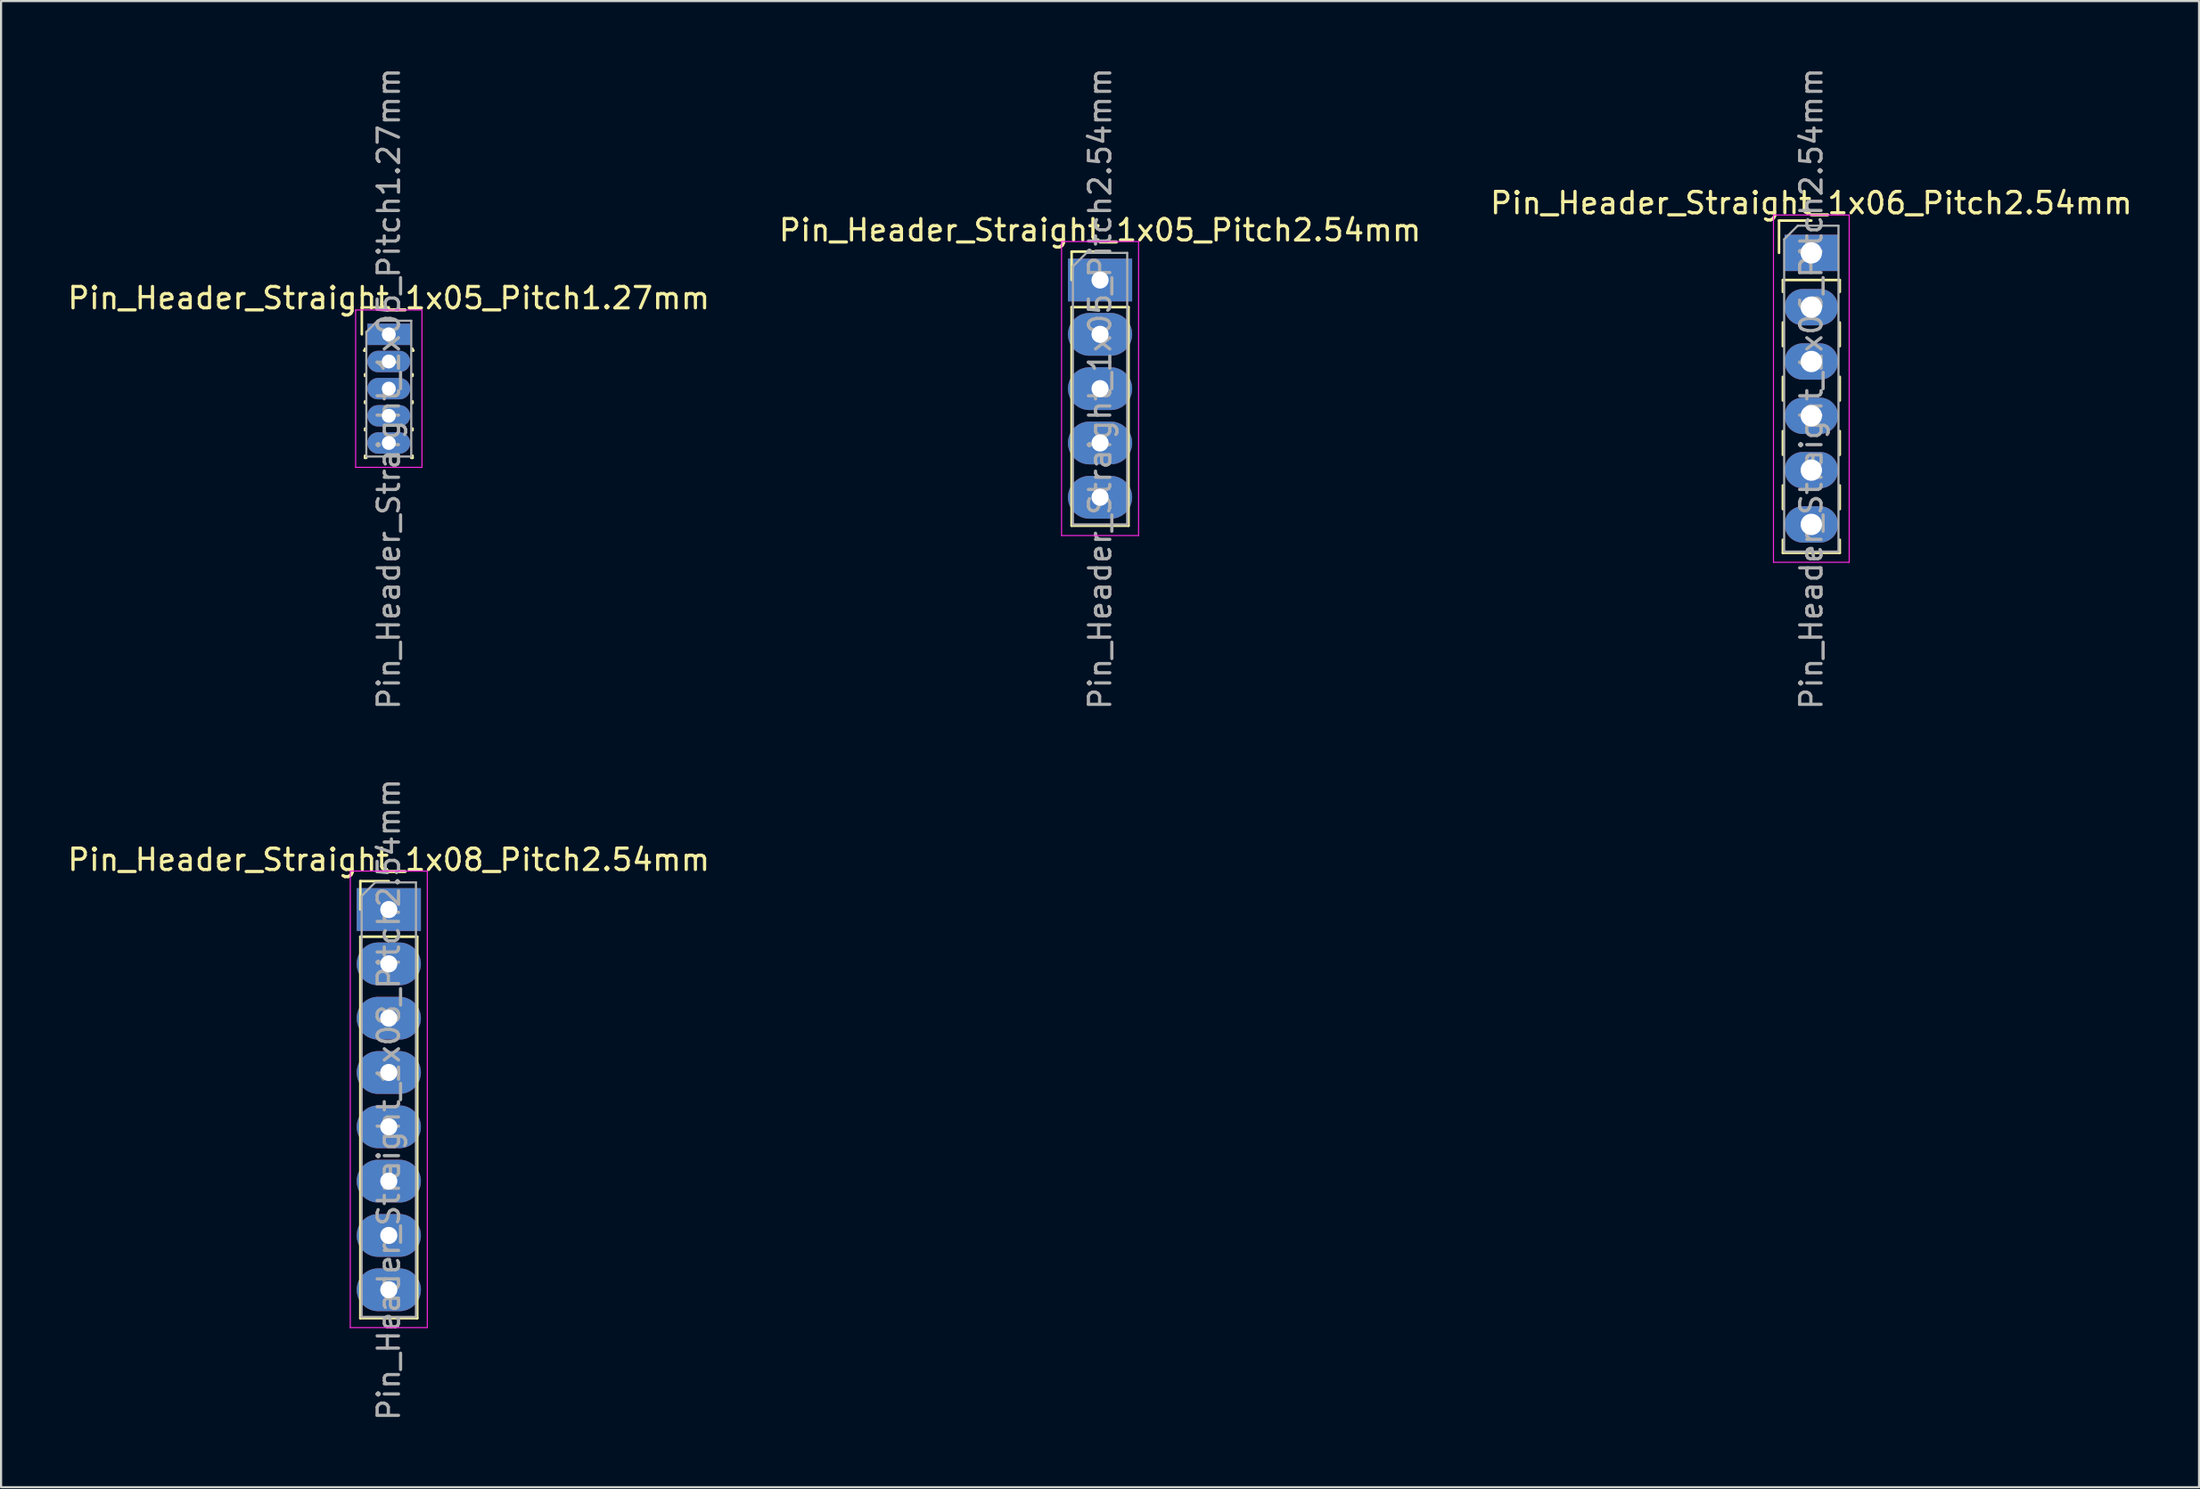
<source format=kicad_pcb>
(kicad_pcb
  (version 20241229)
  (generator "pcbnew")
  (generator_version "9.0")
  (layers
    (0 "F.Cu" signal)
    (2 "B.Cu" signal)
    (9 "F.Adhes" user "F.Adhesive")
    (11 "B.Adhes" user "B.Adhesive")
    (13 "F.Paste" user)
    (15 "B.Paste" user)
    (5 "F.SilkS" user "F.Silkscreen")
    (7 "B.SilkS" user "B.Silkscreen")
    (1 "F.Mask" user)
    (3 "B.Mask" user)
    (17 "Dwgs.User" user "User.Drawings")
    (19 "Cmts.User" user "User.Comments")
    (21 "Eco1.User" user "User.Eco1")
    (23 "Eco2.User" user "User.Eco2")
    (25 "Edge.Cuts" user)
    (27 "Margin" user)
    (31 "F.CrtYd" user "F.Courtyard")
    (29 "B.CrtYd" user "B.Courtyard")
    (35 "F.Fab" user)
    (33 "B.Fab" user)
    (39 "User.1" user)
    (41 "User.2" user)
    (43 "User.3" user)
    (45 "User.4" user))
  (footprint "Pin_Header_Straight_1x08_Pitch2.54mm"
    (layer "F.Cu")
    (at 15.125 39.485)
    (property "Reference" "Pin_Header_Straight_1x08_Pitch2.54mm" (at 0 -2.33 0) (layer "F.SilkS") (effects (font (size 1 1) (thickness 0.15))))
    (attr through_hole)
    (fp_line (start -1.33 -1.33) (end 0 -1.33) (stroke (width 0.12) (type solid)) (layer "F.SilkS"))
    (fp_line (start -1.33 0) (end -1.33 -1.33) (stroke (width 0.12) (type solid)) (layer "F.SilkS"))
    (fp_line (start -1.33 1.27) (end -1.33 19.11) (stroke (width 0.12) (type solid)) (layer "F.SilkS"))
    (fp_line (start -1.33 1.27) (end 1.33 1.27) (stroke (width 0.12) (type solid)) (layer "F.SilkS"))
    (fp_line (start -1.33 19.11) (end 1.33 19.11) (stroke (width 0.12) (type solid)) (layer "F.SilkS"))
    (fp_line (start 1.33 1.27) (end 1.33 19.11) (stroke (width 0.12) (type solid)) (layer "F.SilkS"))
    (fp_line (start -1.8 -1.8) (end -1.8 19.55) (stroke (width 0.05) (type solid)) (layer "F.CrtYd"))
    (fp_line (start -1.8 19.55) (end 1.8 19.55) (stroke (width 0.05) (type solid)) (layer "F.CrtYd"))
    (fp_line (start 1.8 -1.8) (end -1.8 -1.8) (stroke (width 0.05) (type solid)) (layer "F.CrtYd"))
    (fp_line (start 1.8 19.55) (end 1.8 -1.8) (stroke (width 0.05) (type solid)) (layer "F.CrtYd"))
    (fp_line (start -1.27 -0.635) (end -0.635 -1.27) (stroke (width 0.1) (type solid)) (layer "F.Fab"))
    (fp_line (start -1.27 19.05) (end -1.27 -0.635) (stroke (width 0.1) (type solid)) (layer "F.Fab"))
    (fp_line (start -0.635 -1.27) (end 1.27 -1.27) (stroke (width 0.1) (type solid)) (layer "F.Fab"))
    (fp_line (start 1.27 -1.27) (end 1.27 19.05) (stroke (width 0.1) (type solid)) (layer "F.Fab"))
    (fp_line (start 1.27 19.05) (end -1.27 19.05) (stroke (width 0.1) (type solid)) (layer "F.Fab"))
    (fp_text user "${REFERENCE}" (at 0 8.89 90) (layer "F.Fab") (effects (font (size 1 1) (thickness 0.15))))
    (pad "1" thru_hole rect (at 0 0) (size 3 2) (drill 0.8) (layers "*.Cu" "*.Mask"))
    (pad "2" thru_hole oval (at 0 2.54) (size 3 2) (drill 0.8) (layers "*.Cu" "*.Mask"))
    (pad "3" thru_hole oval (at 0 5.08) (size 3 2) (drill 0.8) (layers "*.Cu" "*.Mask"))
    (pad "4" thru_hole oval (at 0 7.62) (size 3 2) (drill 0.8) (layers "*.Cu" "*.Mask"))
    (pad "5" thru_hole oval (at 0 10.16) (size 3 2) (drill 0.8) (layers "*.Cu" "*.Mask"))
    (pad "6" thru_hole oval (at 0 12.7) (size 3 2) (drill 0.8) (layers "*.Cu" "*.Mask"))
    (pad "7" thru_hole oval (at 0 15.24) (size 3 2) (drill 0.8) (layers "*.Cu" "*.Mask"))
    (pad "8" thru_hole oval (at 0 17.78) (size 3 2) (drill 0.8) (layers "*.Cu" "*.Mask")))
  (footprint "Pin_Header_Straight_1x05_Pitch1.27mm"
    (layer "F.Cu")
    (at 15.125 12.585)
    (property "Reference" "Pin_Header_Straight_1x05_Pitch1.27mm" (at 0 -1.695 0) (layer "F.SilkS") (effects (font (size 1 1) (thickness 0.15))))
    (attr through_hole)
    (fp_line (start -1.26 -1.26) (end 0 -1.26) (stroke (width 0.12) (type solid)) (layer "F.SilkS"))
    (fp_line (start -1.26 0) (end -1.26 -1.26) (stroke (width 0.12) (type solid)) (layer "F.SilkS"))
    (fp_line (start -1.11 0.76) (end -1.152 0.76) (stroke (width 0.12) (type solid)) (layer "F.SilkS"))
    (fp_line (start -1.11 0.76) (end -1.11 0.674) (stroke (width 0.12) (type solid)) (layer "F.SilkS"))
    (fp_line (start -1.11 1.866) (end -1.11 1.944) (stroke (width 0.12) (type solid)) (layer "F.SilkS"))
    (fp_line (start -1.11 3.136) (end -1.11 3.214) (stroke (width 0.12) (type solid)) (layer "F.SilkS"))
    (fp_line (start -1.11 4.406) (end -1.11 4.484) (stroke (width 0.12) (type solid)) (layer "F.SilkS"))
    (fp_line (start -1.11 5.676) (end -1.11 5.775) (stroke (width 0.12) (type solid)) (layer "F.SilkS"))
    (fp_line (start -1.11 5.775) (end -1.051 5.775) (stroke (width 0.12) (type solid)) (layer "F.SilkS"))
    (fp_line (start 1.051 5.775) (end 1.11 5.775) (stroke (width 0.12) (type solid)) (layer "F.SilkS"))
    (fp_line (start 1.11 0.76) (end 1.11 0.674) (stroke (width 0.12) (type solid)) (layer "F.SilkS"))
    (fp_line (start 1.11 1.866) (end 1.11 1.944) (stroke (width 0.12) (type solid)) (layer "F.SilkS"))
    (fp_line (start 1.11 3.136) (end 1.11 3.214) (stroke (width 0.12) (type solid)) (layer "F.SilkS"))
    (fp_line (start 1.11 4.406) (end 1.11 4.484) (stroke (width 0.12) (type solid)) (layer "F.SilkS"))
    (fp_line (start 1.11 5.676) (end 1.11 5.775) (stroke (width 0.12) (type solid)) (layer "F.SilkS"))
    (fp_line (start 1.152 0.76) (end 1.11 0.76) (stroke (width 0.12) (type solid)) (layer "F.SilkS"))
    (fp_line (start -1.55 -1.14) (end -1.55 6.22) (stroke (width 0.05) (type solid)) (layer "F.CrtYd"))
    (fp_line (start -1.55 6.22) (end 1.55 6.22) (stroke (width 0.05) (type solid)) (layer "F.CrtYd"))
    (fp_line (start 1.55 -1.14) (end -1.55 -1.14) (stroke (width 0.05) (type solid)) (layer "F.CrtYd"))
    (fp_line (start 1.55 6.22) (end 1.55 -1.14) (stroke (width 0.05) (type solid)) (layer "F.CrtYd"))
    (fp_line (start -1.05 -0.11) (end -0.525 -0.635) (stroke (width 0.1) (type solid)) (layer "F.Fab"))
    (fp_line (start -1.05 5.715) (end -1.05 -0.11) (stroke (width 0.1) (type solid)) (layer "F.Fab"))
    (fp_line (start -0.525 -0.635) (end 1.05 -0.635) (stroke (width 0.1) (type solid)) (layer "F.Fab"))
    (fp_line (start 1.05 -0.635) (end 1.05 5.715) (stroke (width 0.1) (type solid)) (layer "F.Fab"))
    (fp_line (start 1.05 5.715) (end -1.05 5.715) (stroke (width 0.1) (type solid)) (layer "F.Fab"))
    (fp_text user "${REFERENCE}" (at 0 2.54 90) (layer "F.Fab") (effects (font (size 1 1) (thickness 0.15))))
    (pad "1" thru_hole rect (at 0 0) (size 2 1) (drill 0.65) (layers "*.Cu" "*.Mask"))
    (pad "2" thru_hole oval (at 0 1.27) (size 2 1) (drill 0.65) (layers "*.Cu" "*.Mask"))
    (pad "3" thru_hole oval (at 0 2.54) (size 2 1) (drill 0.65) (layers "*.Cu" "*.Mask"))
    (pad "4" thru_hole oval (at 0 3.81) (size 2 1) (drill 0.65) (layers "*.Cu" "*.Mask"))
    (pad "5" thru_hole oval (at 0 5.08) (size 2 1) (drill 0.65) (layers "*.Cu" "*.Mask")))
  (footprint "Pin_Header_Straight_1x05_Pitch2.54mm"
    (layer "F.Cu")
    (at 48.375 10.045)
    (property "Reference" "Pin_Header_Straight_1x05_Pitch2.54mm" (at 0 -2.33 0) (layer "F.SilkS") (effects (font (size 1 1) (thickness 0.15))))
    (attr through_hole)
    (fp_line (start -1.33 -1.33) (end 0 -1.33) (stroke (width 0.12) (type solid)) (layer "F.SilkS"))
    (fp_line (start -1.33 0) (end -1.33 -1.33) (stroke (width 0.12) (type solid)) (layer "F.SilkS"))
    (fp_line (start -1.33 1.27) (end -1.33 11.49) (stroke (width 0.12) (type solid)) (layer "F.SilkS"))
    (fp_line (start -1.33 1.27) (end 1.33 1.27) (stroke (width 0.12) (type solid)) (layer "F.SilkS"))
    (fp_line (start -1.33 11.49) (end 1.33 11.49) (stroke (width 0.12) (type solid)) (layer "F.SilkS"))
    (fp_line (start 1.33 1.27) (end 1.33 11.49) (stroke (width 0.12) (type solid)) (layer "F.SilkS"))
    (fp_line (start -1.8 -1.8) (end -1.8 11.95) (stroke (width 0.05) (type solid)) (layer "F.CrtYd"))
    (fp_line (start -1.8 11.95) (end 1.8 11.95) (stroke (width 0.05) (type solid)) (layer "F.CrtYd"))
    (fp_line (start 1.8 -1.8) (end -1.8 -1.8) (stroke (width 0.05) (type solid)) (layer "F.CrtYd"))
    (fp_line (start 1.8 11.95) (end 1.8 -1.8) (stroke (width 0.05) (type solid)) (layer "F.CrtYd"))
    (fp_line (start -1.27 -0.635) (end -0.635 -1.27) (stroke (width 0.1) (type solid)) (layer "F.Fab"))
    (fp_line (start -1.27 11.43) (end -1.27 -0.635) (stroke (width 0.1) (type solid)) (layer "F.Fab"))
    (fp_line (start -0.635 -1.27) (end 1.27 -1.27) (stroke (width 0.1) (type solid)) (layer "F.Fab"))
    (fp_line (start 1.27 -1.27) (end 1.27 11.43) (stroke (width 0.1) (type solid)) (layer "F.Fab"))
    (fp_line (start 1.27 11.43) (end -1.27 11.43) (stroke (width 0.1) (type solid)) (layer "F.Fab"))
    (fp_text user "${REFERENCE}" (at 0 5.08 90) (layer "F.Fab") (effects (font (size 1 1) (thickness 0.15))))
    (pad "1" thru_hole rect (at 0 0) (size 3 2) (drill 0.8) (layers "*.Cu" "*.Mask"))
    (pad "2" thru_hole oval (at 0 2.54) (size 3 2) (drill 0.8) (layers "*.Cu" "*.Mask"))
    (pad "3" thru_hole oval (at 0 5.08) (size 3 2) (drill 0.8) (layers "*.Cu" "*.Mask"))
    (pad "4" thru_hole oval (at 0 7.62) (size 3 2) (drill 0.8) (layers "*.Cu" "*.Mask"))
    (pad "5" thru_hole oval (at 0 10.16) (size 3 2) (drill 0.8) (layers "*.Cu" "*.Mask")))
  (footprint "Pin_Header_Straight_1x06_Pitch2.54mm"
    (layer "F.Cu")
    (at 81.625 8.775)
    (property "Reference" "Pin_Header_Straight_1x06_Pitch2.54mm" (at 0 -2.33 0) (layer "F.SilkS") (effects (font (size 1 1) (thickness 0.15))))
    (attr through_hole)
    (fp_line (start -1.51 -1.51) (end 0 -1.51) (stroke (width 0.12) (type solid)) (layer "F.SilkS"))
    (fp_line (start -1.51 0) (end -1.51 -1.51) (stroke (width 0.12) (type solid)) (layer "F.SilkS"))
    (fp_line (start -1.33 1.27) (end -1.33 1.825) (stroke (width 0.12) (type solid)) (layer "F.SilkS"))
    (fp_line (start -1.33 1.27) (end 1.33 1.27) (stroke (width 0.12) (type solid)) (layer "F.SilkS"))
    (fp_line (start -1.33 3.255) (end -1.33 4.365) (stroke (width 0.12) (type solid)) (layer "F.SilkS"))
    (fp_line (start -1.33 5.795) (end -1.33 6.905) (stroke (width 0.12) (type solid)) (layer "F.SilkS"))
    (fp_line (start -1.33 8.335) (end -1.33 9.445) (stroke (width 0.12) (type solid)) (layer "F.SilkS"))
    (fp_line (start -1.33 10.875) (end -1.33 11.985) (stroke (width 0.12) (type solid)) (layer "F.SilkS"))
    (fp_line (start -1.33 13.415) (end -1.33 14.03) (stroke (width 0.12) (type solid)) (layer "F.SilkS"))
    (fp_line (start -1.33 14.03) (end 1.33 14.03) (stroke (width 0.12) (type solid)) (layer "F.SilkS"))
    (fp_line (start 1.33 1.27) (end 1.33 1.825) (stroke (width 0.12) (type solid)) (layer "F.SilkS"))
    (fp_line (start 1.33 3.255) (end 1.33 4.365) (stroke (width 0.12) (type solid)) (layer "F.SilkS"))
    (fp_line (start 1.33 5.795) (end 1.33 6.905) (stroke (width 0.12) (type solid)) (layer "F.SilkS"))
    (fp_line (start 1.33 8.335) (end 1.33 9.445) (stroke (width 0.12) (type solid)) (layer "F.SilkS"))
    (fp_line (start 1.33 10.875) (end 1.33 11.985) (stroke (width 0.12) (type solid)) (layer "F.SilkS"))
    (fp_line (start 1.33 13.415) (end 1.33 14.03) (stroke (width 0.12) (type solid)) (layer "F.SilkS"))
    (fp_line (start -1.77 -1.77) (end -1.77 14.47) (stroke (width 0.05) (type solid)) (layer "F.CrtYd"))
    (fp_line (start -1.77 14.47) (end 1.77 14.47) (stroke (width 0.05) (type solid)) (layer "F.CrtYd"))
    (fp_line (start 1.77 -1.77) (end -1.77 -1.77) (stroke (width 0.05) (type solid)) (layer "F.CrtYd"))
    (fp_line (start 1.77 14.47) (end 1.77 -1.77) (stroke (width 0.05) (type solid)) (layer "F.CrtYd"))
    (fp_line (start -1.27 -0.635) (end -0.635 -1.27) (stroke (width 0.1) (type solid)) (layer "F.Fab"))
    (fp_line (start -1.27 13.97) (end -1.27 -0.635) (stroke (width 0.1) (type solid)) (layer "F.Fab"))
    (fp_line (start -0.635 -1.27) (end 1.27 -1.27) (stroke (width 0.1) (type solid)) (layer "F.Fab"))
    (fp_line (start 1.27 -1.27) (end 1.27 13.97) (stroke (width 0.1) (type solid)) (layer "F.Fab"))
    (fp_line (start 1.27 13.97) (end -1.27 13.97) (stroke (width 0.1) (type solid)) (layer "F.Fab"))
    (fp_text user "${REFERENCE}" (at 0 6.35 90) (layer "F.Fab") (effects (font (size 1 1) (thickness 0.15))))
    (pad "1" thru_hole rect (at 0 0) (size 2.5 1.7) (drill 1) (layers "*.Cu" "*.Mask"))
    (pad "2" thru_hole oval (at 0 2.54) (size 2.5 1.7) (drill 1) (layers "*.Cu" "*.Mask"))
    (pad "3" thru_hole oval (at 0 5.08) (size 2.5 1.7) (drill 1) (layers "*.Cu" "*.Mask"))
    (pad "4" thru_hole oval (at 0 7.62) (size 2.5 1.7) (drill 1) (layers "*.Cu" "*.Mask"))
    (pad "5" thru_hole oval (at 0 10.16) (size 2.5 1.7) (drill 1) (layers "*.Cu" "*.Mask"))
    (pad "6" thru_hole oval (at 0 12.7) (size 2.5 1.7) (drill 1) (layers "*.Cu" "*.Mask")))
  (gr_rect
    (start -3 -3)
    (end 99.75 66.5)
    (stroke (width 0.1) (type default))
    (fill no)
    (layer "Edge.Cuts")))
</source>
